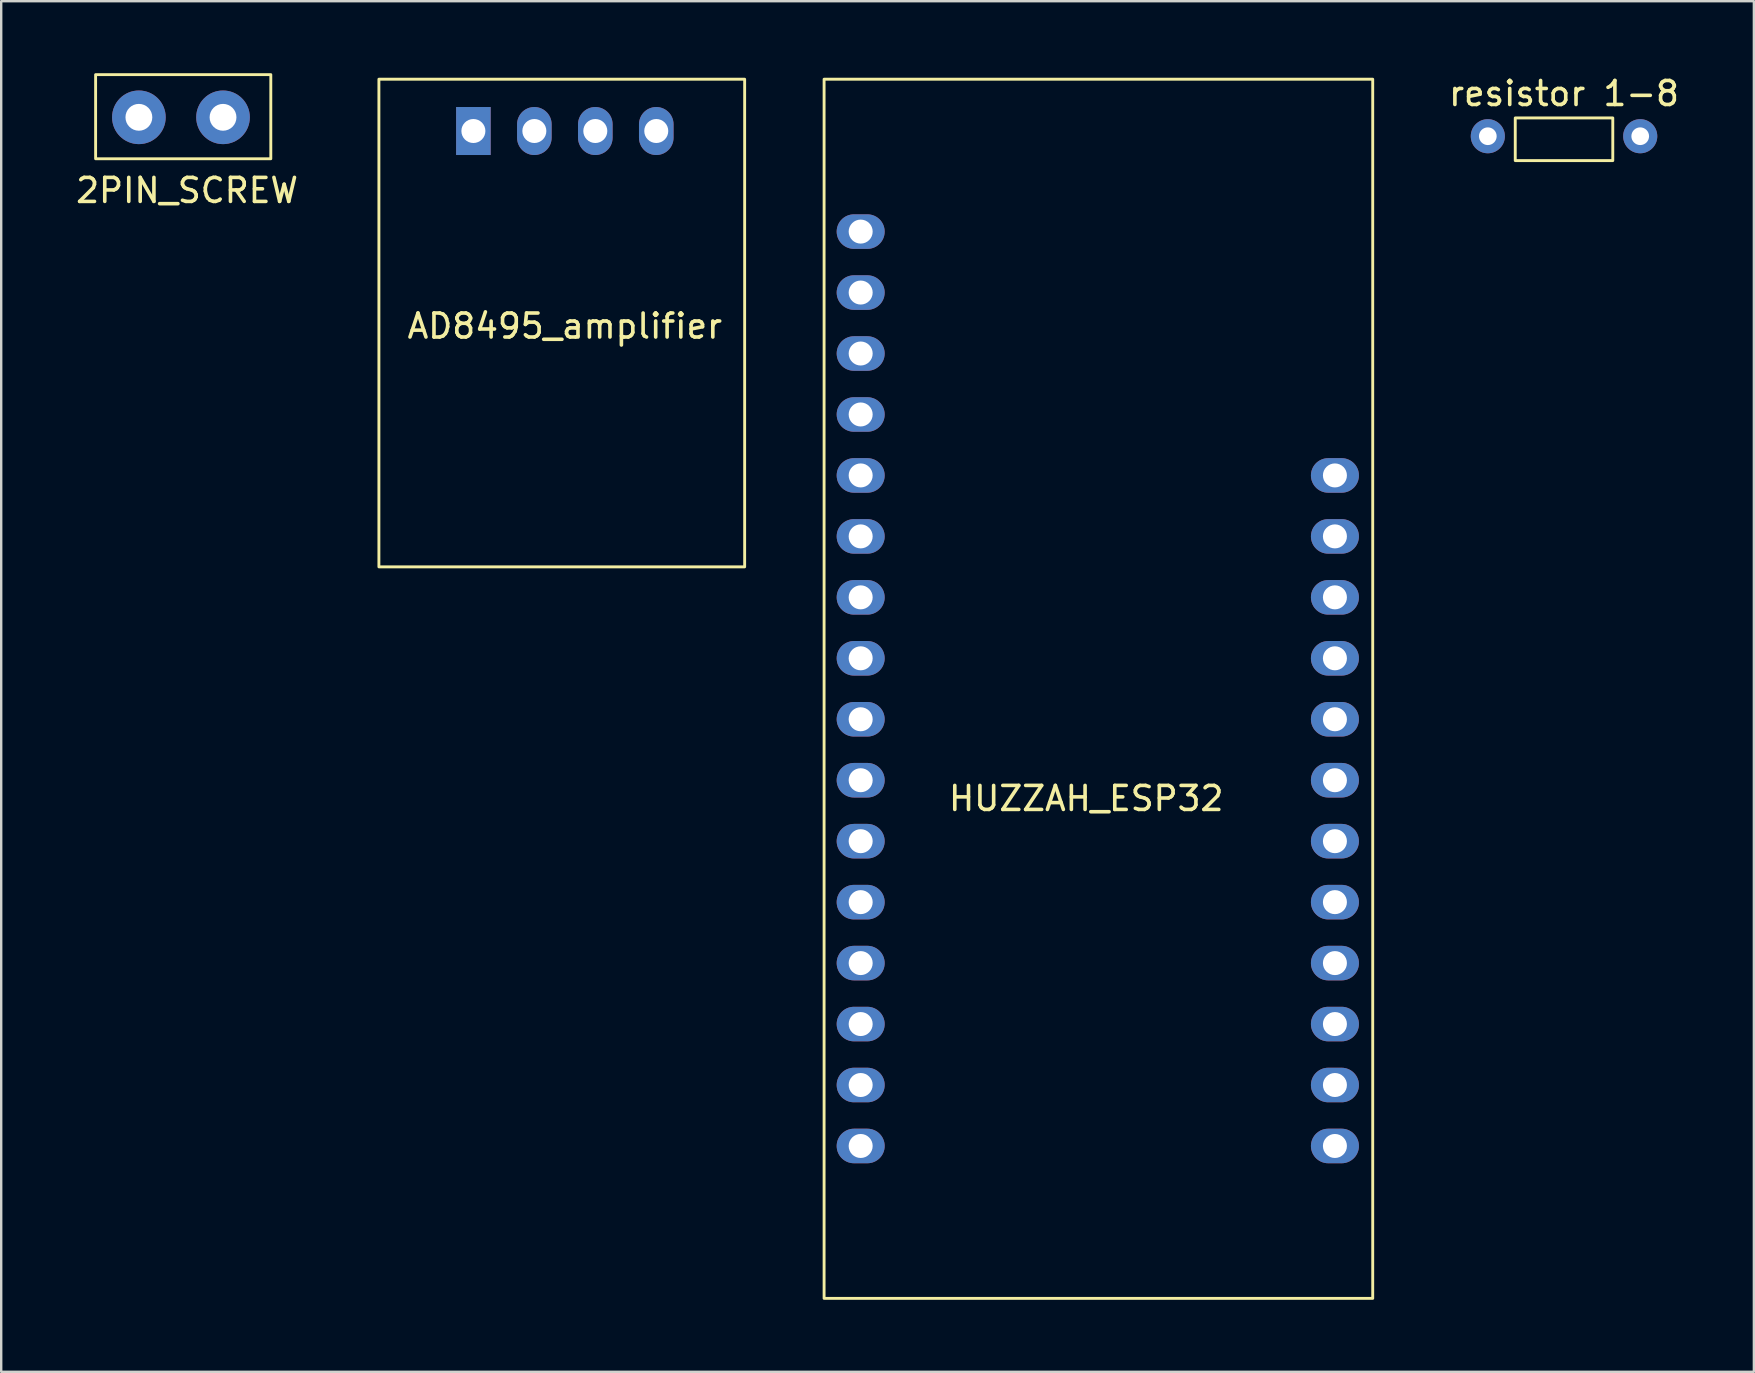
<source format=kicad_pcb>
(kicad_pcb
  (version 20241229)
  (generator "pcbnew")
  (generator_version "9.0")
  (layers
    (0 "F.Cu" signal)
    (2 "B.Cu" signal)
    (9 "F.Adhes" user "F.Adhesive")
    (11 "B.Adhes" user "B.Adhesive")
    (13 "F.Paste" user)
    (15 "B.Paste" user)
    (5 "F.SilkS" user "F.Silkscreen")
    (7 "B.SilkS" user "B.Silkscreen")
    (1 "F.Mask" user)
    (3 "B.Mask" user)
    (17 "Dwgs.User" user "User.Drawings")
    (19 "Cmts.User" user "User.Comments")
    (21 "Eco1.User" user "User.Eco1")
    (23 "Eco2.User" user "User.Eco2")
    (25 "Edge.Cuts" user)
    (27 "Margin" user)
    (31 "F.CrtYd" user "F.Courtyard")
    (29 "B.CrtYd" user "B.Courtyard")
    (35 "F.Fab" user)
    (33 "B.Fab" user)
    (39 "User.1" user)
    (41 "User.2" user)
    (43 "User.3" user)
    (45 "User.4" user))
  (footprint "AD8495_amplifier"
    (layer "F.Cu")
    (at 12.738 0.25)
    (property "Reference" "AD8495_amplifier" (at 7.747 10.287 0) (unlocked yes) (layer "F.SilkS") (effects (font (size 1 1) (thickness 0.15))))
    (attr through_hole)
    (fp_rect (start 0 0) (end 15.24 20.32) (stroke (width 0.12) (type solid)) (fill no) (layer "F.SilkS"))
    (pad "1" thru_hole rect (at 3.937 2.159 90) (size 2 1.44) (drill 1) (layers "*.Cu" "*.Mask"))
    (pad "2" thru_hole oval (at 6.477 2.159 90) (size 2 1.44) (drill 1) (layers "*.Cu" "*.Mask"))
    (pad "3" thru_hole oval (at 9.017 2.159 90) (size 2 1.44) (drill 1) (layers "*.Cu" "*.Mask"))
    (pad "4" thru_hole oval (at 11.557 2.159 90) (size 2 1.44) (drill 1) (layers "*.Cu" "*.Mask")))
  (footprint "resistor 1-8"
    (layer "F.Cu")
    (at 62.119 2.626)
    (property "Reference" "resistor 1-8" (at 0 -1.778 0) (unlocked yes) (layer "F.SilkS") (effects (font (size 1 1) (thickness 0.15))))
    (attr through_hole)
    (fp_rect (start -2.032 -0.762) (end 2.032 1.016) (stroke (width 0.12) (type solid)) (fill no) (layer "F.SilkS"))
    (pad "1" thru_hole circle (at -3.175 0) (size 1.422 1.422) (drill 0.737) (layers "*.Cu" "*.Mask"))
    (pad "2" thru_hole circle (at 3.175 0) (size 1.422 1.422) (drill 0.737) (layers "*.Cu" "*.Mask")))
  (footprint "HUZZAH_ESP32"
    (layer "F.Cu")
    (at 31.288 0.25)
    (property "Reference" "HUZZAH_ESP32" (at 10.922 29.972 0) (unlocked yes) (layer "F.SilkS") (effects (font (size 1 1) (thickness 0.15))))
    (attr through_hole)
    (fp_rect (start 0 0) (end 22.86 50.8) (stroke (width 0.12) (type solid)) (fill no) (layer "F.SilkS"))
    (fp_text user "" (at 9.144 27.26 180) (layer "F.Fab") (effects (font (size 1 1) (thickness 0.15))))
    (pad "1" thru_hole oval (at 21.285 16.51 180) (size 2 1.44) (drill 1) (layers "*.Cu" "*.Mask"))
    (pad "2" thru_hole oval (at 21.285 19.05 180) (size 2 1.44) (drill 1) (layers "*.Cu" "*.Mask"))
    (pad "3" thru_hole oval (at 21.285 21.59 180) (size 2 1.44) (drill 1) (layers "*.Cu" "*.Mask"))
    (pad "4" thru_hole oval (at 21.285 24.13 180) (size 2 1.44) (drill 1) (layers "*.Cu" "*.Mask"))
    (pad "5" thru_hole oval (at 21.285 26.67 180) (size 2 1.44) (drill 1) (layers "*.Cu" "*.Mask"))
    (pad "6" thru_hole oval (at 21.285 29.21 180) (size 2 1.44) (drill 1) (layers "*.Cu" "*.Mask"))
    (pad "7" thru_hole oval (at 21.285 31.75 180) (size 2 1.44) (drill 1) (layers "*.Cu" "*.Mask"))
    (pad "8" thru_hole oval (at 21.285 34.29 180) (size 2 1.44) (drill 1) (layers "*.Cu" "*.Mask"))
    (pad "9" thru_hole oval (at 21.285 36.83 180) (size 2 1.44) (drill 1) (layers "*.Cu" "*.Mask"))
    (pad "10" thru_hole oval (at 21.285 39.37 180) (size 2 1.44) (drill 1) (layers "*.Cu" "*.Mask"))
    (pad "11" thru_hole oval (at 21.285 41.91 180) (size 2 1.44) (drill 1) (layers "*.Cu" "*.Mask"))
    (pad "12" thru_hole oval (at 21.285 44.45 180) (size 2 1.44) (drill 1) (layers "*.Cu" "*.Mask"))
    (pad "13" thru_hole oval (at 1.524 6.35 180) (size 2 1.44) (drill 1) (layers "*.Cu" "*.Mask"))
    (pad "14" thru_hole oval (at 1.524 8.89 180) (size 2 1.44) (drill 1) (layers "*.Cu" "*.Mask"))
    (pad "15" thru_hole oval (at 1.524 11.43 180) (size 2 1.44) (drill 1) (layers "*.Cu" "*.Mask"))
    (pad "16" thru_hole oval (at 1.524 13.97 180) (size 2 1.44) (drill 1) (layers "*.Cu" "*.Mask"))
    (pad "17" thru_hole oval (at 1.524 16.51 180) (size 2 1.44) (drill 1) (layers "*.Cu" "*.Mask"))
    (pad "18" thru_hole oval (at 1.524 19.05 180) (size 2 1.44) (drill 1) (layers "*.Cu" "*.Mask"))
    (pad "19" thru_hole oval (at 1.524 21.59 180) (size 2 1.44) (drill 1) (layers "*.Cu" "*.Mask"))
    (pad "20" thru_hole oval (at 1.524 24.13 180) (size 2 1.44) (drill 1) (layers "*.Cu" "*.Mask"))
    (pad "21" thru_hole oval (at 1.524 26.67 180) (size 2 1.44) (drill 1) (layers "*.Cu" "*.Mask"))
    (pad "22" thru_hole oval (at 1.524 29.21 180) (size 2 1.44) (drill 1) (layers "*.Cu" "*.Mask"))
    (pad "23" thru_hole oval (at 1.524 31.75 180) (size 2 1.44) (drill 1) (layers "*.Cu" "*.Mask"))
    (pad "24" thru_hole oval (at 1.524 34.29 180) (size 2 1.44) (drill 1) (layers "*.Cu" "*.Mask"))
    (pad "25" thru_hole oval (at 1.524 36.83 180) (size 2 1.44) (drill 1) (layers "*.Cu" "*.Mask"))
    (pad "26" thru_hole oval (at 1.524 39.37 180) (size 2 1.44) (drill 1) (layers "*.Cu" "*.Mask"))
    (pad "27" thru_hole oval (at 1.524 41.91 180) (size 2 1.44) (drill 1) (layers "*.Cu" "*.Mask"))
    (pad "28" thru_hole oval (at 1.524 44.45 180) (size 2 1.44) (drill 1) (layers "*.Cu" "*.Mask")))
  (footprint "2PIN_SCREW"
    (layer "F.Cu")
    (at 4.49 1.838)
    (property "Reference" "2PIN_SCREW" (at 0.254 3.048 0) (unlocked yes) (layer "F.SilkS") (effects (font (size 1 1) (thickness 0.15))))
    (attr through_hole)
    (fp_rect (start -3.556 -1.778) (end 3.744 1.727) (stroke (width 0.12) (type solid)) (fill no) (layer "F.SilkS"))
    (pad "1" thru_hole circle (at -1.753 0) (size 2.235 2.235) (drill 1.118) (layers "*.Cu" "*.Mask" "Eco2.User"))
    (pad "2" thru_hole circle (at 1.753 0) (size 2.235 2.235) (drill 1.118) (layers "*.Cu" "*.Mask" "Eco2.User")))
  (gr_rect
    (start -3 -3)
    (end 70.03 54.11)
    (stroke (width 0.1) (type default))
    (fill no)
    (layer "Edge.Cuts")))
</source>
